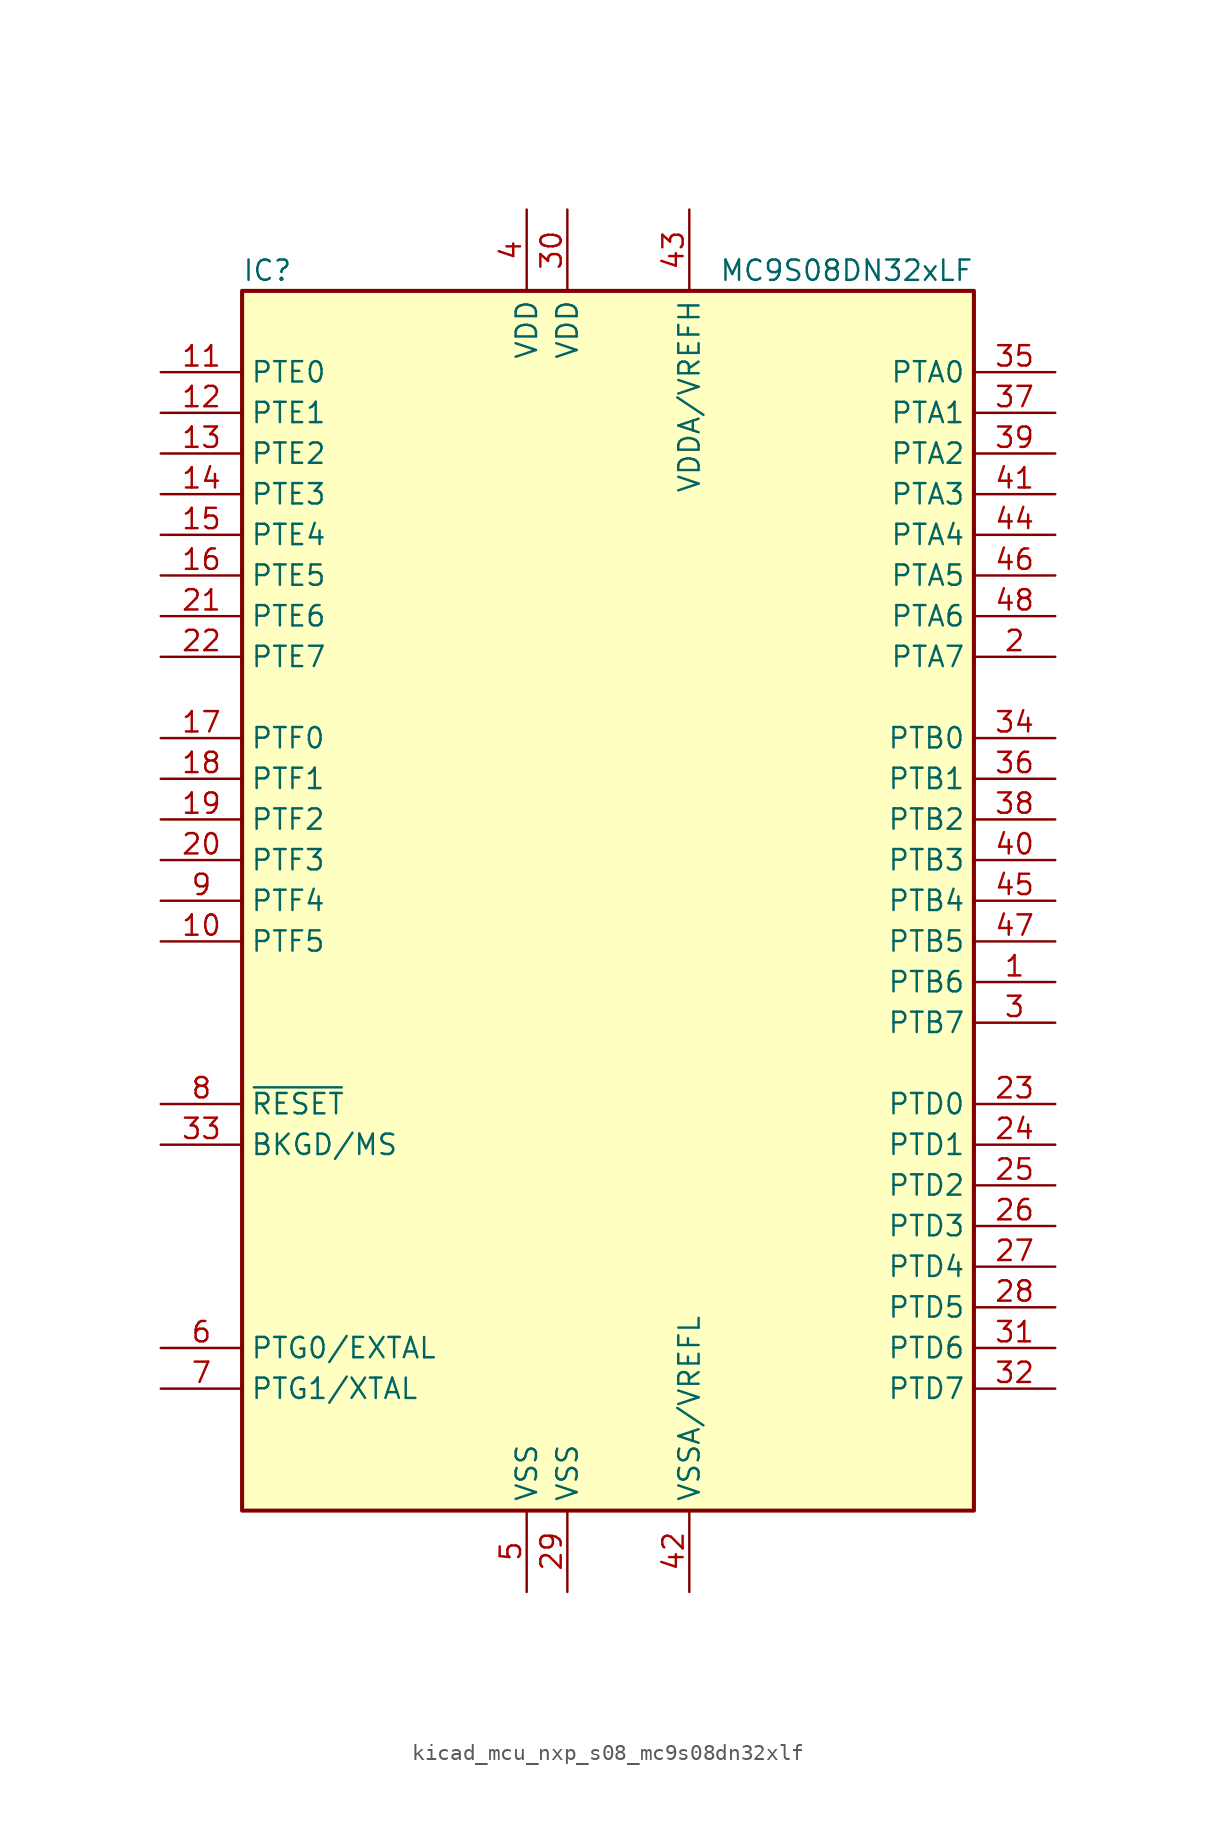
<source format=kicad_sym>
(kicad_symbol_lib
  (version 20220914)
  (generator kicad_symbol_editor)
  (symbol "kicad_mcu_nxp_s08_mc9s08dn32xlf"
    (property "Reference" "IC"
      (at -22.86 39.37 0)
      (effects (font (size 1.27 1.27)) (justify left)))
    (property "Value" "MC9S08DN32xLF"
      (at 22.86 39.37 0)
      (effects (font (size 1.27 1.27)) (justify right)))
    (symbol "kicad_mcu_nxp_s08_mc9s08dn32xlf_0_1"
      (rectangle (start -22.86 38.1) (end 22.86 -38.1) (stroke (width 0.254) (type default)) (fill (type background))))
    (symbol "kicad_mcu_nxp_s08_mc9s08dn32xlf_1_1"
      (pin bidirectional line (at 27.94 -5.08 180) (length 5.08) (name "PTB6" (effects (font (size 1.27 1.27)))) (number "1" (effects (font (size 1.27 1.27)))))
      (pin bidirectional line (at -27.94 -2.54 0) (length 5.08) (name "PTF5" (effects (font (size 1.27 1.27)))) (number "10" (effects (font (size 1.27 1.27)))))
      (pin bidirectional line (at -27.94 33.02 0) (length 5.08) (name "PTE0" (effects (font (size 1.27 1.27)))) (number "11" (effects (font (size 1.27 1.27)))))
      (pin bidirectional line (at -27.94 30.48 0) (length 5.08) (name "PTE1" (effects (font (size 1.27 1.27)))) (number "12" (effects (font (size 1.27 1.27)))))
      (pin bidirectional line (at -27.94 27.94 0) (length 5.08) (name "PTE2" (effects (font (size 1.27 1.27)))) (number "13" (effects (font (size 1.27 1.27)))))
      (pin bidirectional line (at -27.94 25.4 0) (length 5.08) (name "PTE3" (effects (font (size 1.27 1.27)))) (number "14" (effects (font (size 1.27 1.27)))))
      (pin bidirectional line (at -27.94 22.86 0) (length 5.08) (name "PTE4" (effects (font (size 1.27 1.27)))) (number "15" (effects (font (size 1.27 1.27)))))
      (pin bidirectional line (at -27.94 20.32 0) (length 5.08) (name "PTE5" (effects (font (size 1.27 1.27)))) (number "16" (effects (font (size 1.27 1.27)))))
      (pin bidirectional line (at -27.94 10.16 0) (length 5.08) (name "PTF0" (effects (font (size 1.27 1.27)))) (number "17" (effects (font (size 1.27 1.27)))))
      (pin bidirectional line (at -27.94 7.62 0) (length 5.08) (name "PTF1" (effects (font (size 1.27 1.27)))) (number "18" (effects (font (size 1.27 1.27)))))
      (pin bidirectional line (at -27.94 5.08 0) (length 5.08) (name "PTF2" (effects (font (size 1.27 1.27)))) (number "19" (effects (font (size 1.27 1.27)))))
      (pin bidirectional line (at 27.94 15.24 180) (length 5.08) (name "PTA7" (effects (font (size 1.27 1.27)))) (number "2" (effects (font (size 1.27 1.27)))))
      (pin bidirectional line (at -27.94 2.54 0) (length 5.08) (name "PTF3" (effects (font (size 1.27 1.27)))) (number "20" (effects (font (size 1.27 1.27)))))
      (pin bidirectional line (at -27.94 17.78 0) (length 5.08) (name "PTE6" (effects (font (size 1.27 1.27)))) (number "21" (effects (font (size 1.27 1.27)))))
      (pin bidirectional line (at -27.94 15.24 0) (length 5.08) (name "PTE7" (effects (font (size 1.27 1.27)))) (number "22" (effects (font (size 1.27 1.27)))))
      (pin bidirectional line (at 27.94 -12.7 180) (length 5.08) (name "PTD0" (effects (font (size 1.27 1.27)))) (number "23" (effects (font (size 1.27 1.27)))))
      (pin bidirectional line (at 27.94 -15.24 180) (length 5.08) (name "PTD1" (effects (font (size 1.27 1.27)))) (number "24" (effects (font (size 1.27 1.27)))))
      (pin bidirectional line (at 27.94 -17.78 180) (length 5.08) (name "PTD2" (effects (font (size 1.27 1.27)))) (number "25" (effects (font (size 1.27 1.27)))))
      (pin bidirectional line (at 27.94 -20.32 180) (length 5.08) (name "PTD3" (effects (font (size 1.27 1.27)))) (number "26" (effects (font (size 1.27 1.27)))))
      (pin bidirectional line (at 27.94 -22.86 180) (length 5.08) (name "PTD4" (effects (font (size 1.27 1.27)))) (number "27" (effects (font (size 1.27 1.27)))))
      (pin bidirectional line (at 27.94 -25.4 180) (length 5.08) (name "PTD5" (effects (font (size 1.27 1.27)))) (number "28" (effects (font (size 1.27 1.27)))))
      (pin power_in line (at -2.54 -43.18 90) (length 5.08) (name "VSS" (effects (font (size 1.27 1.27)))) (number "29" (effects (font (size 1.27 1.27)))))
      (pin bidirectional line (at 27.94 -7.62 180) (length 5.08) (name "PTB7" (effects (font (size 1.27 1.27)))) (number "3" (effects (font (size 1.27 1.27)))))
      (pin power_in line (at -2.54 43.18 270) (length 5.08) (name "VDD" (effects (font (size 1.27 1.27)))) (number "30" (effects (font (size 1.27 1.27)))))
      (pin bidirectional line (at 27.94 -27.94 180) (length 5.08) (name "PTD6" (effects (font (size 1.27 1.27)))) (number "31" (effects (font (size 1.27 1.27)))))
      (pin bidirectional line (at 27.94 -30.48 180) (length 5.08) (name "PTD7" (effects (font (size 1.27 1.27)))) (number "32" (effects (font (size 1.27 1.27)))))
      (pin bidirectional line (at -27.94 -15.24 0) (length 5.08) (name "BKGD/MS" (effects (font (size 1.27 1.27)))) (number "33" (effects (font (size 1.27 1.27)))))
      (pin bidirectional line (at 27.94 10.16 180) (length 5.08) (name "PTB0" (effects (font (size 1.27 1.27)))) (number "34" (effects (font (size 1.27 1.27)))))
      (pin bidirectional line (at 27.94 33.02 180) (length 5.08) (name "PTA0" (effects (font (size 1.27 1.27)))) (number "35" (effects (font (size 1.27 1.27)))))
      (pin bidirectional line (at 27.94 7.62 180) (length 5.08) (name "PTB1" (effects (font (size 1.27 1.27)))) (number "36" (effects (font (size 1.27 1.27)))))
      (pin bidirectional line (at 27.94 30.48 180) (length 5.08) (name "PTA1" (effects (font (size 1.27 1.27)))) (number "37" (effects (font (size 1.27 1.27)))))
      (pin bidirectional line (at 27.94 5.08 180) (length 5.08) (name "PTB2" (effects (font (size 1.27 1.27)))) (number "38" (effects (font (size 1.27 1.27)))))
      (pin bidirectional line (at 27.94 27.94 180) (length 5.08) (name "PTA2" (effects (font (size 1.27 1.27)))) (number "39" (effects (font (size 1.27 1.27)))))
      (pin power_in line (at -5.08 43.18 270) (length 5.08) (name "VDD" (effects (font (size 1.27 1.27)))) (number "4" (effects (font (size 1.27 1.27)))))
      (pin bidirectional line (at 27.94 2.54 180) (length 5.08) (name "PTB3" (effects (font (size 1.27 1.27)))) (number "40" (effects (font (size 1.27 1.27)))))
      (pin bidirectional line (at 27.94 25.4 180) (length 5.08) (name "PTA3" (effects (font (size 1.27 1.27)))) (number "41" (effects (font (size 1.27 1.27)))))
      (pin power_in line (at 5.08 -43.18 90) (length 5.08) (name "VSSA/VREFL" (effects (font (size 1.27 1.27)))) (number "42" (effects (font (size 1.27 1.27)))))
      (pin power_in line (at 5.08 43.18 270) (length 5.08) (name "VDDA/VREFH" (effects (font (size 1.27 1.27)))) (number "43" (effects (font (size 1.27 1.27)))))
      (pin bidirectional line (at 27.94 22.86 180) (length 5.08) (name "PTA4" (effects (font (size 1.27 1.27)))) (number "44" (effects (font (size 1.27 1.27)))))
      (pin bidirectional line (at 27.94 0 180) (length 5.08) (name "PTB4" (effects (font (size 1.27 1.27)))) (number "45" (effects (font (size 1.27 1.27)))))
      (pin bidirectional line (at 27.94 20.32 180) (length 5.08) (name "PTA5" (effects (font (size 1.27 1.27)))) (number "46" (effects (font (size 1.27 1.27)))))
      (pin bidirectional line (at 27.94 -2.54 180) (length 5.08) (name "PTB5" (effects (font (size 1.27 1.27)))) (number "47" (effects (font (size 1.27 1.27)))))
      (pin bidirectional line (at 27.94 17.78 180) (length 5.08) (name "PTA6" (effects (font (size 1.27 1.27)))) (number "48" (effects (font (size 1.27 1.27)))))
      (pin power_in line (at -5.08 -43.18 90) (length 5.08) (name "VSS" (effects (font (size 1.27 1.27)))) (number "5" (effects (font (size 1.27 1.27)))))
      (pin bidirectional line (at -27.94 -27.94 0) (length 5.08) (name "PTG0/EXTAL" (effects (font (size 1.27 1.27)))) (number "6" (effects (font (size 1.27 1.27)))))
      (pin bidirectional line (at -27.94 -30.48 0) (length 5.08) (name "PTG1/XTAL" (effects (font (size 1.27 1.27)))) (number "7" (effects (font (size 1.27 1.27)))))
      (pin input line (at -27.94 -12.7 0) (length 5.08) (name "~{RESET}" (effects (font (size 1.27 1.27)))) (number "8" (effects (font (size 1.27 1.27)))))
      (pin bidirectional line (at -27.94 0 0) (length 5.08) (name "PTF4" (effects (font (size 1.27 1.27)))) (number "9" (effects (font (size 1.27 1.27))))))))
</source>
